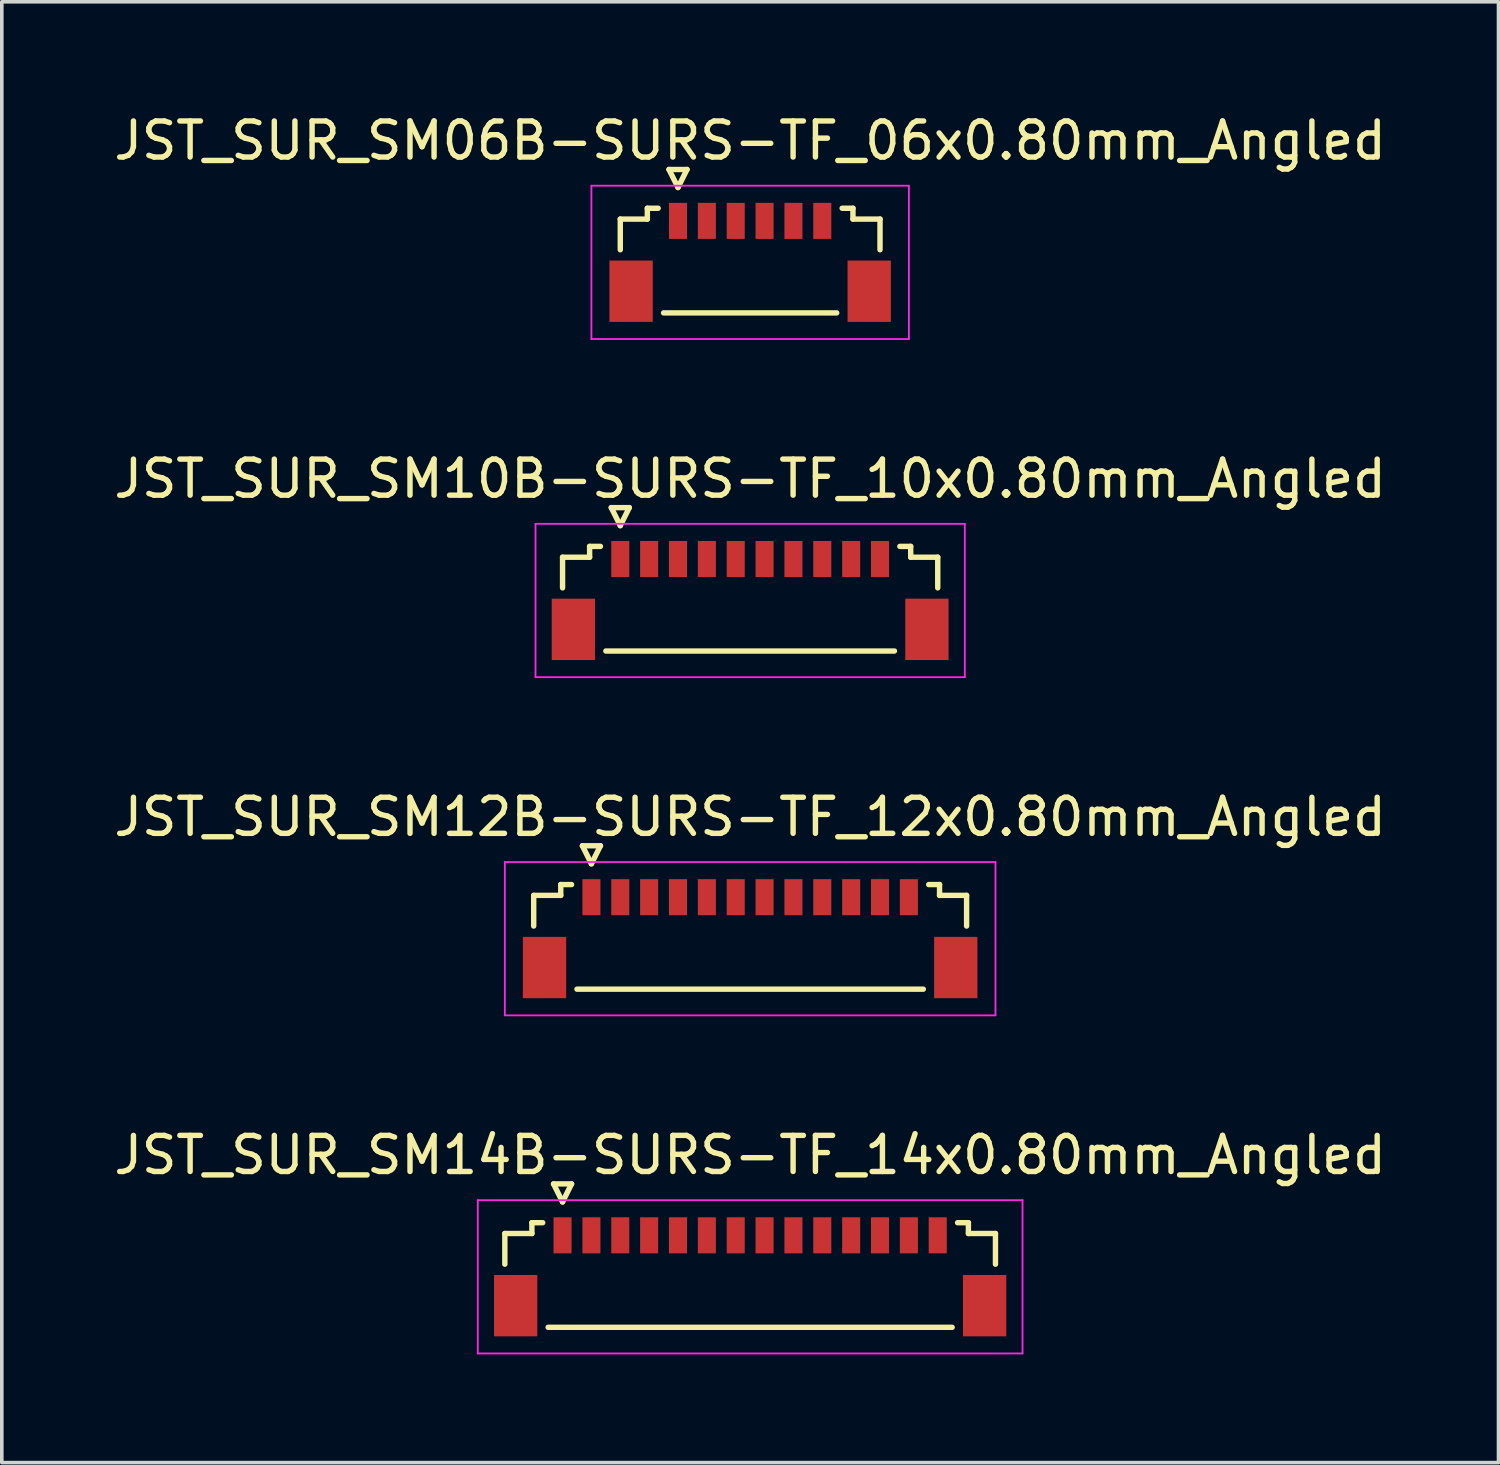
<source format=kicad_pcb>
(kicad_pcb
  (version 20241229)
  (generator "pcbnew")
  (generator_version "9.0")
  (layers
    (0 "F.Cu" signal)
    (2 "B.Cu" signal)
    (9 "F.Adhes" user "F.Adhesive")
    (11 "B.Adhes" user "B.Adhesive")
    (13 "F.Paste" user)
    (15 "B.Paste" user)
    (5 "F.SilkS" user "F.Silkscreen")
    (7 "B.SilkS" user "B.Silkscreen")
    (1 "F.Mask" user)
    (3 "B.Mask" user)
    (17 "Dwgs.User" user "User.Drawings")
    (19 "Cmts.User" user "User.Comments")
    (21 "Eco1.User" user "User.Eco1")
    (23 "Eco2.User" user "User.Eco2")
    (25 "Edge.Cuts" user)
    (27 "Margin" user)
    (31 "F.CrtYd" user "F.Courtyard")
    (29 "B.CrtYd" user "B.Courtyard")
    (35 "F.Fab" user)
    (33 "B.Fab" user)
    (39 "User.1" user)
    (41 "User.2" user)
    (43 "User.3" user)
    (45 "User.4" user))
  (footprint "JST_SUR_SM06B-SURS-TF_06x0.80mm_Angled"
    (layer "F.Cu")
    (at 17.744 4.048)
    (property "Reference" "JST_SUR_SM06B-SURS-TF_06x0.80mm_Angled" (at 0 -3.2 0) (layer "F.SilkS") (effects (font (size 1 1) (thickness 0.15))))
    (attr smd)
    (fp_line (start -3.6 -1.025) (end -3.6 -0.175) (stroke (width 0.15) (type solid)) (layer "F.SilkS"))
    (fp_line (start -2.85 -1.325) (end -2.85 -1.025) (stroke (width 0.15) (type solid)) (layer "F.SilkS"))
    (fp_line (start -2.85 -1.025) (end -3.6 -1.025) (stroke (width 0.15) (type solid)) (layer "F.SilkS"))
    (fp_line (start -2.55 -1.325) (end -2.85 -1.325) (stroke (width 0.15) (type solid)) (layer "F.SilkS"))
    (fp_line (start -2.4 1.575) (end 2.4 1.575) (stroke (width 0.15) (type solid)) (layer "F.SilkS"))
    (fp_line (start -2.25 -2.4) (end -1.75 -2.4) (stroke (width 0.15) (type solid)) (layer "F.SilkS"))
    (fp_line (start -2 -1.9) (end -2.25 -2.4) (stroke (width 0.15) (type solid)) (layer "F.SilkS"))
    (fp_line (start -1.75 -2.4) (end -2 -1.9) (stroke (width 0.15) (type solid)) (layer "F.SilkS"))
    (fp_line (start 2.55 -1.325) (end 2.85 -1.325) (stroke (width 0.15) (type solid)) (layer "F.SilkS"))
    (fp_line (start 2.85 -1.325) (end 2.85 -1.025) (stroke (width 0.15) (type solid)) (layer "F.SilkS"))
    (fp_line (start 2.85 -1.025) (end 3.6 -1.025) (stroke (width 0.15) (type solid)) (layer "F.SilkS"))
    (fp_line (start 3.6 -1.025) (end 3.6 -0.175) (stroke (width 0.15) (type solid)) (layer "F.SilkS"))
    (fp_line (start -4.4 -1.95) (end 4.4 -1.95) (stroke (width 0.05) (type solid)) (layer "F.CrtYd"))
    (fp_line (start -4.4 2.3) (end -4.4 -1.95) (stroke (width 0.05) (type solid)) (layer "F.CrtYd"))
    (fp_line (start 4.4 -1.95) (end 4.4 2.3) (stroke (width 0.05) (type solid)) (layer "F.CrtYd"))
    (fp_line (start 4.4 2.3) (end -4.4 2.3) (stroke (width 0.05) (type solid)) (layer "F.CrtYd"))
    (pad "" smd rect (at -3.3 0.975) (size 1.2 1.7) (layers "F.Cu" "F.Mask" "F.Paste"))
    (pad "" smd rect (at 3.3 0.975) (size 1.2 1.7) (layers "F.Cu" "F.Mask" "F.Paste"))
    (pad "1" smd rect (at -2 -0.975) (size 0.5 1) (layers "F.Cu" "F.Mask" "F.Paste"))
    (pad "2" smd rect (at -1.2 -0.975) (size 0.5 1) (layers "F.Cu" "F.Mask" "F.Paste"))
    (pad "3" smd rect (at -0.4 -0.975) (size 0.5 1) (layers "F.Cu" "F.Mask" "F.Paste"))
    (pad "4" smd rect (at 0.4 -0.975) (size 0.5 1) (layers "F.Cu" "F.Mask" "F.Paste"))
    (pad "5" smd rect (at 1.2 -0.975) (size 0.5 1) (layers "F.Cu" "F.Mask" "F.Paste"))
    (pad "6" smd rect (at 2 -0.975) (size 0.5 1) (layers "F.Cu" "F.Mask" "F.Paste")))
  (footprint "JST_SUR_SM14B-SURS-TF_14x0.80mm_Angled"
    (layer "F.Cu")
    (at 17.744 32.168)
    (property "Reference" "JST_SUR_SM14B-SURS-TF_14x0.80mm_Angled" (at 0 -3.2 0) (layer "F.SilkS") (effects (font (size 1 1) (thickness 0.15))))
    (attr smd)
    (fp_line (start -6.8 -1.025) (end -6.8 -0.175) (stroke (width 0.15) (type solid)) (layer "F.SilkS"))
    (fp_line (start -6.05 -1.325) (end -6.05 -1.025) (stroke (width 0.15) (type solid)) (layer "F.SilkS"))
    (fp_line (start -6.05 -1.025) (end -6.8 -1.025) (stroke (width 0.15) (type solid)) (layer "F.SilkS"))
    (fp_line (start -5.75 -1.325) (end -6.05 -1.325) (stroke (width 0.15) (type solid)) (layer "F.SilkS"))
    (fp_line (start -5.6 1.575) (end 5.6 1.575) (stroke (width 0.15) (type solid)) (layer "F.SilkS"))
    (fp_line (start -5.45 -2.4) (end -4.95 -2.4) (stroke (width 0.15) (type solid)) (layer "F.SilkS"))
    (fp_line (start -5.2 -1.9) (end -5.45 -2.4) (stroke (width 0.15) (type solid)) (layer "F.SilkS"))
    (fp_line (start -4.95 -2.4) (end -5.2 -1.9) (stroke (width 0.15) (type solid)) (layer "F.SilkS"))
    (fp_line (start 5.75 -1.325) (end 6.05 -1.325) (stroke (width 0.15) (type solid)) (layer "F.SilkS"))
    (fp_line (start 6.05 -1.325) (end 6.05 -1.025) (stroke (width 0.15) (type solid)) (layer "F.SilkS"))
    (fp_line (start 6.05 -1.025) (end 6.8 -1.025) (stroke (width 0.15) (type solid)) (layer "F.SilkS"))
    (fp_line (start 6.8 -1.025) (end 6.8 -0.175) (stroke (width 0.15) (type solid)) (layer "F.SilkS"))
    (fp_line (start -7.55 -1.95) (end 7.55 -1.95) (stroke (width 0.05) (type solid)) (layer "F.CrtYd"))
    (fp_line (start -7.55 2.3) (end -7.55 -1.95) (stroke (width 0.05) (type solid)) (layer "F.CrtYd"))
    (fp_line (start 7.55 -1.95) (end 7.55 2.3) (stroke (width 0.05) (type solid)) (layer "F.CrtYd"))
    (fp_line (start 7.55 2.3) (end -7.55 2.3) (stroke (width 0.05) (type solid)) (layer "F.CrtYd"))
    (pad "" smd rect (at -6.5 0.975) (size 1.2 1.7) (layers "F.Cu" "F.Mask" "F.Paste"))
    (pad "" smd rect (at 6.5 0.975) (size 1.2 1.7) (layers "F.Cu" "F.Mask" "F.Paste"))
    (pad "1" smd rect (at -5.2 -0.975) (size 0.5 1) (layers "F.Cu" "F.Mask" "F.Paste"))
    (pad "2" smd rect (at -4.4 -0.975) (size 0.5 1) (layers "F.Cu" "F.Mask" "F.Paste"))
    (pad "3" smd rect (at -3.6 -0.975) (size 0.5 1) (layers "F.Cu" "F.Mask" "F.Paste"))
    (pad "4" smd rect (at -2.8 -0.975) (size 0.5 1) (layers "F.Cu" "F.Mask" "F.Paste"))
    (pad "5" smd rect (at -2 -0.975) (size 0.5 1) (layers "F.Cu" "F.Mask" "F.Paste"))
    (pad "6" smd rect (at -1.2 -0.975) (size 0.5 1) (layers "F.Cu" "F.Mask" "F.Paste"))
    (pad "7" smd rect (at -0.4 -0.975) (size 0.5 1) (layers "F.Cu" "F.Mask" "F.Paste"))
    (pad "8" smd rect (at 0.4 -0.975) (size 0.5 1) (layers "F.Cu" "F.Mask" "F.Paste"))
    (pad "9" smd rect (at 1.2 -0.975) (size 0.5 1) (layers "F.Cu" "F.Mask" "F.Paste"))
    (pad "10" smd rect (at 2 -0.975) (size 0.5 1) (layers "F.Cu" "F.Mask" "F.Paste"))
    (pad "11" smd rect (at 2.8 -0.975) (size 0.5 1) (layers "F.Cu" "F.Mask" "F.Paste"))
    (pad "12" smd rect (at 3.6 -0.975) (size 0.5 1) (layers "F.Cu" "F.Mask" "F.Paste"))
    (pad "13" smd rect (at 4.4 -0.975) (size 0.5 1) (layers "F.Cu" "F.Mask" "F.Paste"))
    (pad "14" smd rect (at 5.2 -0.975) (size 0.5 1) (layers "F.Cu" "F.Mask" "F.Paste")))
  (footprint "JST_SUR_SM10B-SURS-TF_10x0.80mm_Angled"
    (layer "F.Cu")
    (at 17.744 13.421)
    (property "Reference" "JST_SUR_SM10B-SURS-TF_10x0.80mm_Angled" (at 0 -3.2 0) (layer "F.SilkS") (effects (font (size 1 1) (thickness 0.15))))
    (attr smd)
    (fp_line (start -5.2 -1.025) (end -5.2 -0.175) (stroke (width 0.15) (type solid)) (layer "F.SilkS"))
    (fp_line (start -4.45 -1.325) (end -4.45 -1.025) (stroke (width 0.15) (type solid)) (layer "F.SilkS"))
    (fp_line (start -4.45 -1.025) (end -5.2 -1.025) (stroke (width 0.15) (type solid)) (layer "F.SilkS"))
    (fp_line (start -4.15 -1.325) (end -4.45 -1.325) (stroke (width 0.15) (type solid)) (layer "F.SilkS"))
    (fp_line (start -4 1.575) (end 4 1.575) (stroke (width 0.15) (type solid)) (layer "F.SilkS"))
    (fp_line (start -3.85 -2.4) (end -3.35 -2.4) (stroke (width 0.15) (type solid)) (layer "F.SilkS"))
    (fp_line (start -3.6 -1.9) (end -3.85 -2.4) (stroke (width 0.15) (type solid)) (layer "F.SilkS"))
    (fp_line (start -3.35 -2.4) (end -3.6 -1.9) (stroke (width 0.15) (type solid)) (layer "F.SilkS"))
    (fp_line (start 4.15 -1.325) (end 4.45 -1.325) (stroke (width 0.15) (type solid)) (layer "F.SilkS"))
    (fp_line (start 4.45 -1.325) (end 4.45 -1.025) (stroke (width 0.15) (type solid)) (layer "F.SilkS"))
    (fp_line (start 4.45 -1.025) (end 5.2 -1.025) (stroke (width 0.15) (type solid)) (layer "F.SilkS"))
    (fp_line (start 5.2 -1.025) (end 5.2 -0.175) (stroke (width 0.15) (type solid)) (layer "F.SilkS"))
    (fp_line (start -5.95 -1.95) (end 5.95 -1.95) (stroke (width 0.05) (type solid)) (layer "F.CrtYd"))
    (fp_line (start -5.95 2.3) (end -5.95 -1.95) (stroke (width 0.05) (type solid)) (layer "F.CrtYd"))
    (fp_line (start 5.95 -1.95) (end 5.95 2.3) (stroke (width 0.05) (type solid)) (layer "F.CrtYd"))
    (fp_line (start 5.95 2.3) (end -5.95 2.3) (stroke (width 0.05) (type solid)) (layer "F.CrtYd"))
    (pad "" smd rect (at -4.9 0.975) (size 1.2 1.7) (layers "F.Cu" "F.Mask" "F.Paste"))
    (pad "" smd rect (at 4.9 0.975) (size 1.2 1.7) (layers "F.Cu" "F.Mask" "F.Paste"))
    (pad "1" smd rect (at -3.6 -0.975) (size 0.5 1) (layers "F.Cu" "F.Mask" "F.Paste"))
    (pad "2" smd rect (at -2.8 -0.975) (size 0.5 1) (layers "F.Cu" "F.Mask" "F.Paste"))
    (pad "3" smd rect (at -2 -0.975) (size 0.5 1) (layers "F.Cu" "F.Mask" "F.Paste"))
    (pad "4" smd rect (at -1.2 -0.975) (size 0.5 1) (layers "F.Cu" "F.Mask" "F.Paste"))
    (pad "5" smd rect (at -0.4 -0.975) (size 0.5 1) (layers "F.Cu" "F.Mask" "F.Paste"))
    (pad "6" smd rect (at 0.4 -0.975) (size 0.5 1) (layers "F.Cu" "F.Mask" "F.Paste"))
    (pad "7" smd rect (at 1.2 -0.975) (size 0.5 1) (layers "F.Cu" "F.Mask" "F.Paste"))
    (pad "8" smd rect (at 2 -0.975) (size 0.5 1) (layers "F.Cu" "F.Mask" "F.Paste"))
    (pad "9" smd rect (at 2.8 -0.975) (size 0.5 1) (layers "F.Cu" "F.Mask" "F.Paste"))
    (pad "10" smd rect (at 3.6 -0.975) (size 0.5 1) (layers "F.Cu" "F.Mask" "F.Paste")))
  (footprint "JST_SUR_SM12B-SURS-TF_12x0.80mm_Angled"
    (layer "F.Cu")
    (at 17.744 22.795)
    (property "Reference" "JST_SUR_SM12B-SURS-TF_12x0.80mm_Angled" (at 0 -3.2 0) (layer "F.SilkS") (effects (font (size 1 1) (thickness 0.15))))
    (attr smd)
    (fp_line (start -6 -1.025) (end -6 -0.175) (stroke (width 0.15) (type solid)) (layer "F.SilkS"))
    (fp_line (start -5.25 -1.325) (end -5.25 -1.025) (stroke (width 0.15) (type solid)) (layer "F.SilkS"))
    (fp_line (start -5.25 -1.025) (end -6 -1.025) (stroke (width 0.15) (type solid)) (layer "F.SilkS"))
    (fp_line (start -4.95 -1.325) (end -5.25 -1.325) (stroke (width 0.15) (type solid)) (layer "F.SilkS"))
    (fp_line (start -4.8 1.575) (end 4.8 1.575) (stroke (width 0.15) (type solid)) (layer "F.SilkS"))
    (fp_line (start -4.65 -2.4) (end -4.15 -2.4) (stroke (width 0.15) (type solid)) (layer "F.SilkS"))
    (fp_line (start -4.4 -1.9) (end -4.65 -2.4) (stroke (width 0.15) (type solid)) (layer "F.SilkS"))
    (fp_line (start -4.15 -2.4) (end -4.4 -1.9) (stroke (width 0.15) (type solid)) (layer "F.SilkS"))
    (fp_line (start 4.95 -1.325) (end 5.25 -1.325) (stroke (width 0.15) (type solid)) (layer "F.SilkS"))
    (fp_line (start 5.25 -1.325) (end 5.25 -1.025) (stroke (width 0.15) (type solid)) (layer "F.SilkS"))
    (fp_line (start 5.25 -1.025) (end 6 -1.025) (stroke (width 0.15) (type solid)) (layer "F.SilkS"))
    (fp_line (start 6 -1.025) (end 6 -0.175) (stroke (width 0.15) (type solid)) (layer "F.SilkS"))
    (fp_line (start -6.8 -1.95) (end 6.8 -1.95) (stroke (width 0.05) (type solid)) (layer "F.CrtYd"))
    (fp_line (start -6.8 2.3) (end -6.8 -1.95) (stroke (width 0.05) (type solid)) (layer "F.CrtYd"))
    (fp_line (start 6.8 -1.95) (end 6.8 2.3) (stroke (width 0.05) (type solid)) (layer "F.CrtYd"))
    (fp_line (start 6.8 2.3) (end -6.8 2.3) (stroke (width 0.05) (type solid)) (layer "F.CrtYd"))
    (pad "" smd rect (at -5.7 0.975) (size 1.2 1.7) (layers "F.Cu" "F.Mask" "F.Paste"))
    (pad "" smd rect (at 5.7 0.975) (size 1.2 1.7) (layers "F.Cu" "F.Mask" "F.Paste"))
    (pad "1" smd rect (at -4.4 -0.975) (size 0.5 1) (layers "F.Cu" "F.Mask" "F.Paste"))
    (pad "2" smd rect (at -3.6 -0.975) (size 0.5 1) (layers "F.Cu" "F.Mask" "F.Paste"))
    (pad "3" smd rect (at -2.8 -0.975) (size 0.5 1) (layers "F.Cu" "F.Mask" "F.Paste"))
    (pad "4" smd rect (at -2 -0.975) (size 0.5 1) (layers "F.Cu" "F.Mask" "F.Paste"))
    (pad "5" smd rect (at -1.2 -0.975) (size 0.5 1) (layers "F.Cu" "F.Mask" "F.Paste"))
    (pad "6" smd rect (at -0.4 -0.975) (size 0.5 1) (layers "F.Cu" "F.Mask" "F.Paste"))
    (pad "7" smd rect (at 0.4 -0.975) (size 0.5 1) (layers "F.Cu" "F.Mask" "F.Paste"))
    (pad "8" smd rect (at 1.2 -0.975) (size 0.5 1) (layers "F.Cu" "F.Mask" "F.Paste"))
    (pad "9" smd rect (at 2 -0.975) (size 0.5 1) (layers "F.Cu" "F.Mask" "F.Paste"))
    (pad "10" smd rect (at 2.8 -0.975) (size 0.5 1) (layers "F.Cu" "F.Mask" "F.Paste"))
    (pad "11" smd rect (at 3.6 -0.975) (size 0.5 1) (layers "F.Cu" "F.Mask" "F.Paste"))
    (pad "12" smd rect (at 4.4 -0.975) (size 0.5 1) (layers "F.Cu" "F.Mask" "F.Paste")))
  (gr_rect
    (start -3 -3)
    (end 38.488 37.493)
    (stroke (width 0.1) (type default))
    (fill no)
    (layer "Edge.Cuts")))
</source>
